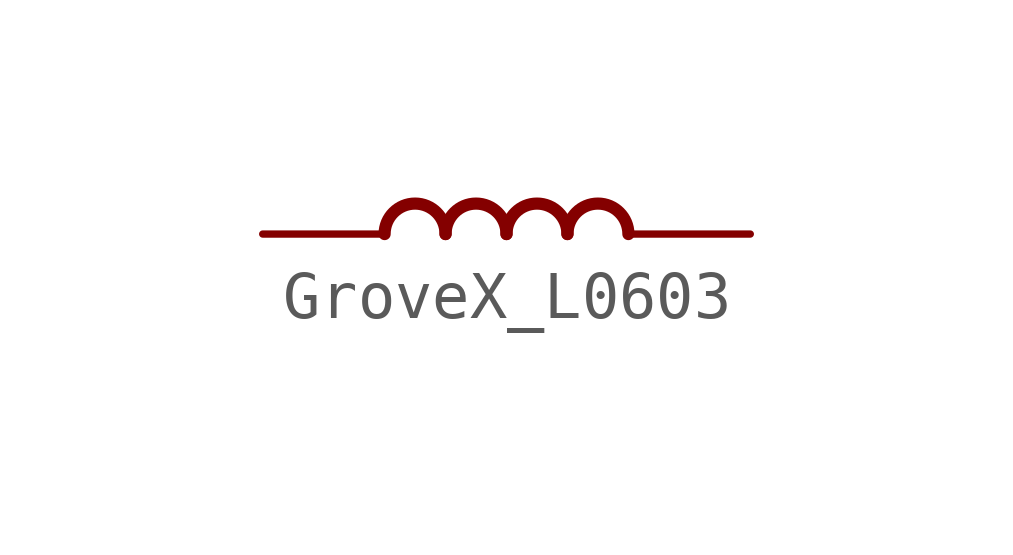
<source format=kicad_sym>
(kicad_symbol_lib
  (version 20231120)
  (generator "kicad_symbol_editor")
  (generator_version "8.0")
  (symbol "GroveX_L0603"
    (property "Reference" "L"
      (at -5.08 0 0)
      (effects (font (size 1.27 1.079)) (justify left bottom) (hide yes)))
    (property "ki_locked" ""
      (at 0 0 0)
      (effects (font (size 1.27 1.27))))
    (symbol "GroveX_L0603_1_0"
      (arc (start -1.27 0) (mid -1.905 0.635) (end -2.54 0) (stroke (width 0.254) (type solid)) (fill (type none)))
      (arc (start 0 0) (mid -0.635 0.635) (end -1.27 0) (stroke (width 0.254) (type solid)) (fill (type none)))
      (arc (start 1.27 0) (mid 0.635 0.635) (end 0 0) (stroke (width 0.254) (type solid)) (fill (type none)))
      (arc (start 2.54 0) (mid 1.905 0.635) (end 1.27 0) (stroke (width 0.254) (type solid)) (fill (type none)))
      (pin passive line (at -5.08 0 0) (length 2.54) (name "1" (effects (font (size 0 0)))) (number "1" (effects (font (size 0 0)))))
      (pin passive line (at 5.08 0 180) (length 2.54) (name "2" (effects (font (size 0 0)))) (number "2" (effects (font (size 0 0))))))))
</source>
